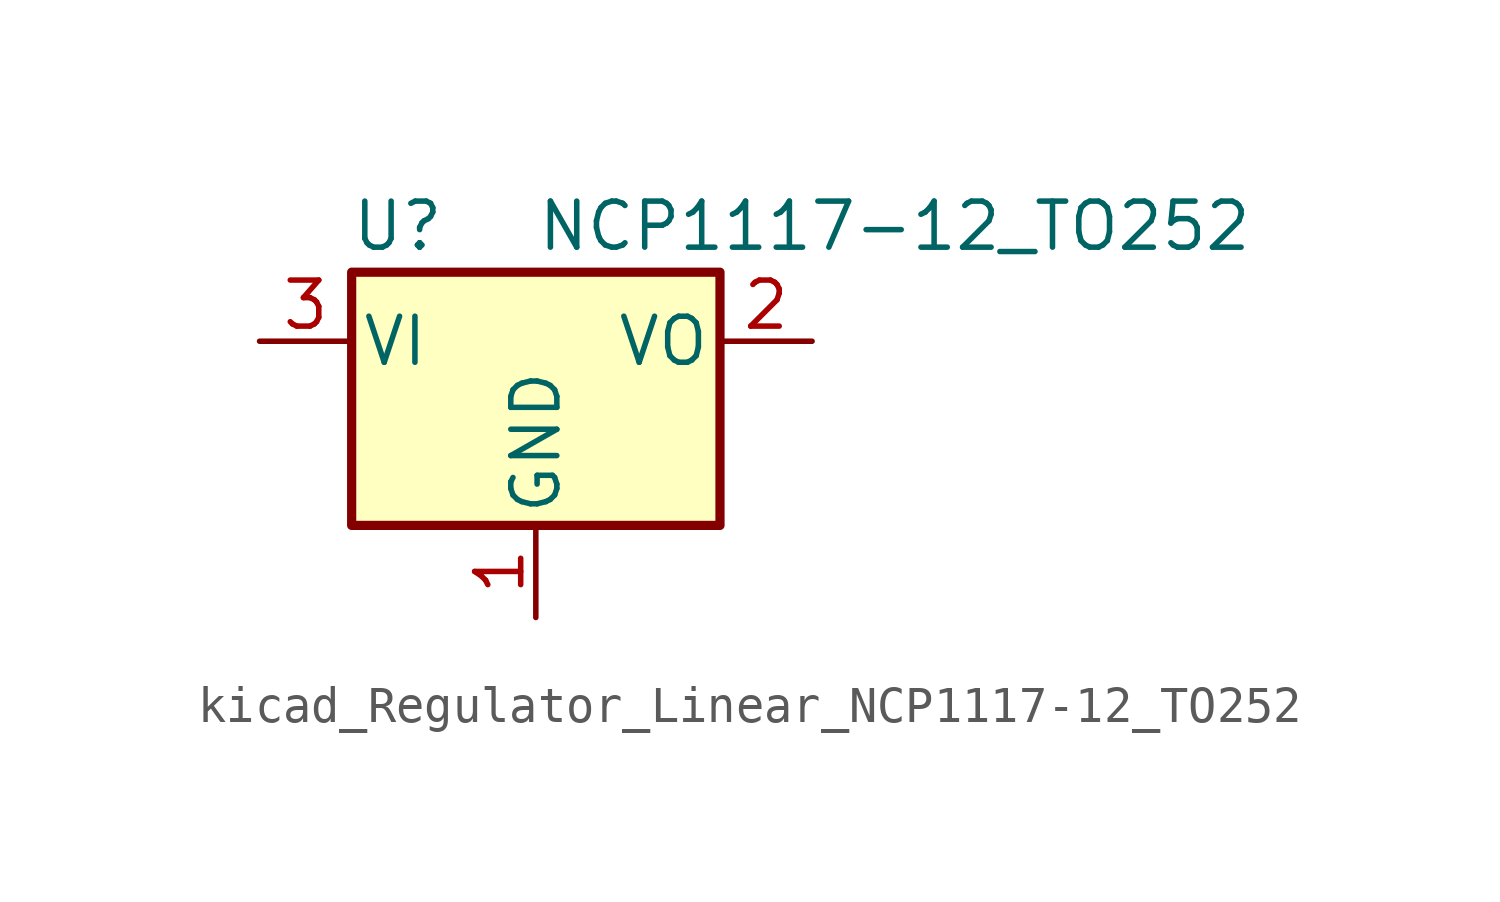
<source format=kicad_sym>
(kicad_symbol_lib
  (version 20220914)
  (generator kicad_symbol_editor)
  (symbol "kicad_Regulator_Linear_NCP1117-12_TO252"
    (pin_names
      (offset 0.254))
    (property "Reference" "U"
      (at -3.81 3.175 0)
      (effects (font (size 1.27 1.27))))
    (property "Value" "NCP1117-12_TO252"
      (at 0 3.175 0)
      (effects (font (size 1.27 1.27)) (justify left)))
    (symbol "kicad_Regulator_Linear_NCP1117-12_TO252_0_1"
      (rectangle (start -5.08 1.905) (end 5.08 -5.08) (stroke (width 0.254) (type default)) (fill (type background))))
    (symbol "kicad_Regulator_Linear_NCP1117-12_TO252_1_1"
      (pin power_in line (at 0 -7.62 90) (length 2.54) (name "GND" (effects (font (size 1.27 1.27)))) (number "1" (effects (font (size 1.27 1.27)))))
      (pin power_out line (at 7.62 0 180) (length 2.54) (name "VO" (effects (font (size 1.27 1.27)))) (number "2" (effects (font (size 1.27 1.27)))))
      (pin power_in line (at -7.62 0 0) (length 2.54) (name "VI" (effects (font (size 1.27 1.27)))) (number "3" (effects (font (size 1.27 1.27))))))))
</source>
